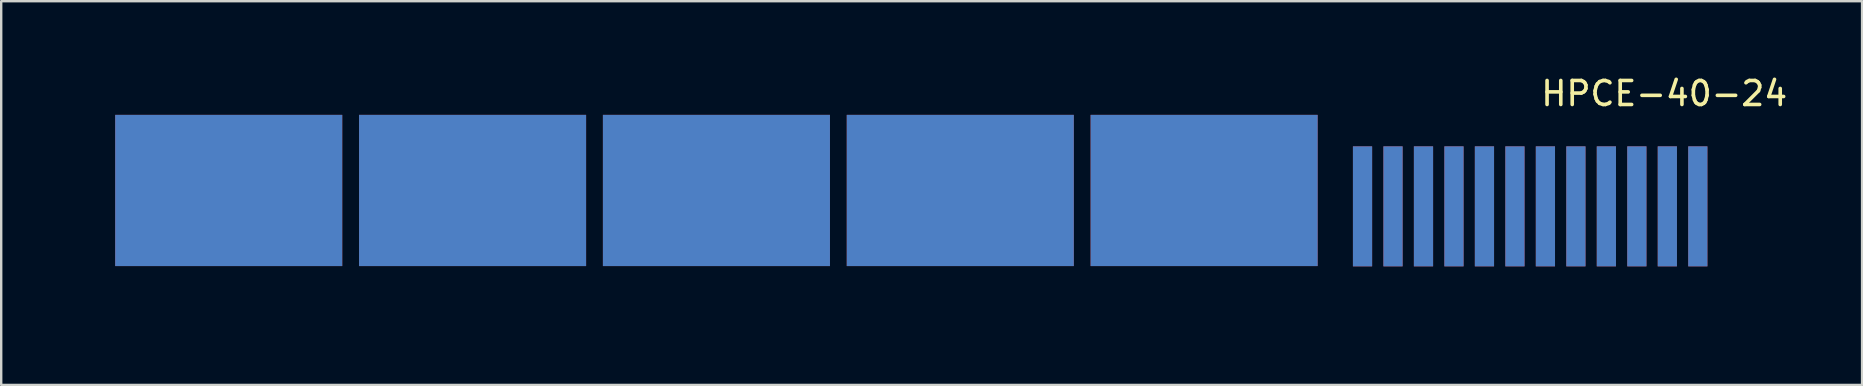
<source format=kicad_pcb>
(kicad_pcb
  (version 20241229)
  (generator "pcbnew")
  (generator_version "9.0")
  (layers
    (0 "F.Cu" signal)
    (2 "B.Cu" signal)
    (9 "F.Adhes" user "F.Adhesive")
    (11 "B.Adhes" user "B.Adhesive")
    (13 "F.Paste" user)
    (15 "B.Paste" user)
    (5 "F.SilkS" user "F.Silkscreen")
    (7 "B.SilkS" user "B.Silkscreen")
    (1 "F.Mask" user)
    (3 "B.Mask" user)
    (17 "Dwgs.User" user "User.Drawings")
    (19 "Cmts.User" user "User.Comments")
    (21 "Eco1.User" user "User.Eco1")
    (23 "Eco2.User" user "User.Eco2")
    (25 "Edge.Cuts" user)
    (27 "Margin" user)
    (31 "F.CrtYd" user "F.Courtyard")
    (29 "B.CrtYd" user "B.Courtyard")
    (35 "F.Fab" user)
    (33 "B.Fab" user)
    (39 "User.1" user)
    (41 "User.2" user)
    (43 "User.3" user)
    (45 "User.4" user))
  (footprint "HPCE-40-24"
    (layer "F.Cu")
    (at 0.25 9.738)
    (property "Reference" "HPCE-40-24" (at 66.04 -8.89 0) (layer "F.SilkS") (effects (font (size 1 1) (thickness 0.15))))
    (attr through_hole)
    (pad "1" connect rect (at 6.23 -4.852) (size 9.46 6.3) (layers "F.Cu" "F.Mask"))
    (pad "4" connect rect (at 16.39 -4.852) (size 9.46 6.3) (layers "F.Cu" "F.Mask"))
    (pad "8" connect rect (at 26.55 -4.852) (size 9.46 6.3) (layers "F.Cu" "F.Mask"))
    (pad "16" connect rect (at 36.71 -4.852) (size 9.46 6.3) (layers "F.Cu" "F.Mask"))
    (pad "20" connect rect (at 46.87 -4.852) (size 9.46 6.3) (layers "F.Cu" "F.Mask"))
    (pad "24" connect rect (at 46.87 -4.852) (size 9.46 6.3) (layers "B.Cu" "B.Mask"))
    (pad "28" connect rect (at 36.71 -4.852) (size 9.46 6.3) (layers "B.Cu" "B.Mask"))
    (pad "32" connect rect (at 26.55 -4.852) (size 9.46 6.3) (layers "B.Cu" "B.Mask"))
    (pad "36" connect rect (at 16.39 -4.852) (size 9.46 6.3) (layers "B.Cu" "B.Mask"))
    (pad "40" connect rect (at 6.23 -4.852) (size 9.46 6.3) (layers "B.Cu" "B.Mask"))
    (pad "41" connect rect (at 53.47 -4.19) (size 0.8 5) (layers "F.Cu" "F.Mask"))
    (pad "42" connect rect (at 54.74 -4.19) (size 0.8 5) (layers "F.Cu" "F.Mask"))
    (pad "43" connect rect (at 56.01 -4.19) (size 0.8 5) (layers "F.Cu" "F.Mask"))
    (pad "44" connect rect (at 57.28 -4.19) (size 0.8 5) (layers "F.Cu" "F.Mask"))
    (pad "45" connect rect (at 58.55 -4.19) (size 0.8 5) (layers "F.Cu" "F.Mask"))
    (pad "46" connect rect (at 59.82 -4.19) (size 0.8 5) (layers "F.Cu" "F.Mask"))
    (pad "47" connect rect (at 61.09 -4.19) (size 0.8 5) (layers "F.Cu" "F.Mask"))
    (pad "48" connect rect (at 62.36 -4.19) (size 0.8 5) (layers "F.Cu" "F.Mask"))
    (pad "49" connect rect (at 63.63 -4.19) (size 0.8 5) (layers "F.Cu" "F.Mask"))
    (pad "50" connect rect (at 64.9 -4.19) (size 0.8 5) (layers "F.Cu" "F.Mask"))
    (pad "51" connect rect (at 66.17 -4.19) (size 0.8 5) (layers "F.Cu" "F.Mask"))
    (pad "52" connect rect (at 67.44 -4.19) (size 0.8 5) (layers "F.Cu" "F.Mask"))
    (pad "53" connect rect (at 67.44 -4.19) (size 0.8 5) (layers "B.Cu" "B.Mask"))
    (pad "54" connect rect (at 66.17 -4.19) (size 0.8 5) (layers "B.Cu" "B.Mask"))
    (pad "55" connect rect (at 64.9 -4.19) (size 0.8 5) (layers "B.Cu" "B.Mask"))
    (pad "56" connect rect (at 63.63 -4.19) (size 0.8 5) (layers "B.Cu" "B.Mask"))
    (pad "57" connect rect (at 62.36 -4.19) (size 0.8 5) (layers "B.Cu" "B.Mask"))
    (pad "58" connect rect (at 61.09 -4.19) (size 0.8 5) (layers "B.Cu" "B.Mask"))
    (pad "59" connect rect (at 59.82 -4.19) (size 0.8 5) (layers "B.Cu" "B.Mask"))
    (pad "60" connect rect (at 58.55 -4.19) (size 0.8 5) (layers "B.Cu" "B.Mask"))
    (pad "61" connect rect (at 57.28 -4.19) (size 0.8 5) (layers "B.Cu" "B.Mask"))
    (pad "62" connect rect (at 56.01 -4.19) (size 0.8 5) (layers "B.Cu" "B.Mask"))
    (pad "63" connect rect (at 54.74 -4.19) (size 0.8 5) (layers "B.Cu" "B.Mask"))
    (pad "64" connect rect (at 53.47 -4.19) (size 0.8 5) (layers "B.Cu" "B.Mask")))
  (gr_rect
    (start -3 -3)
    (end 74.534 12.988)
    (stroke (width 0.1) (type default))
    (fill no)
    (layer "Edge.Cuts")))
</source>
